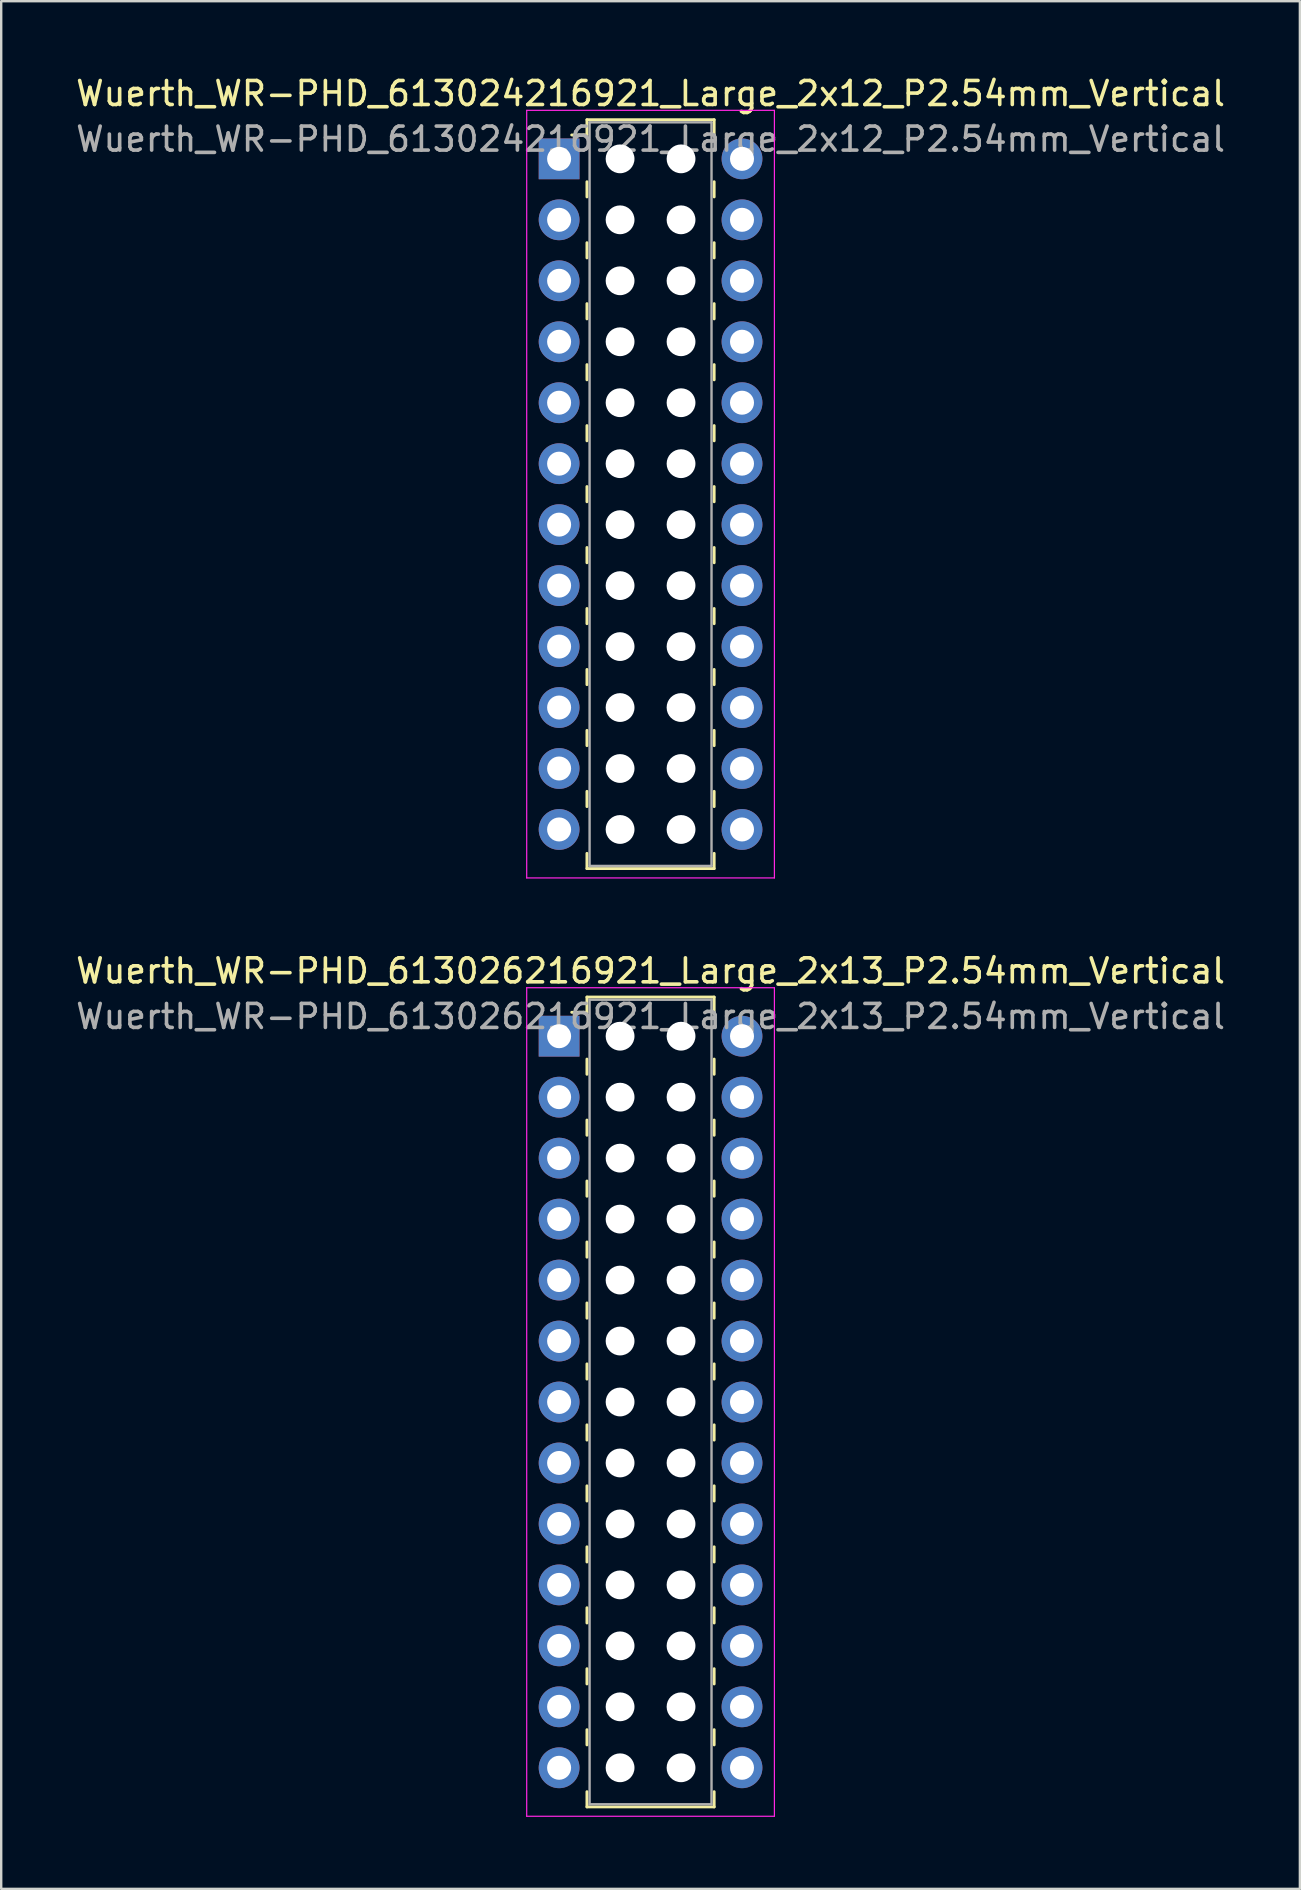
<source format=kicad_pcb>
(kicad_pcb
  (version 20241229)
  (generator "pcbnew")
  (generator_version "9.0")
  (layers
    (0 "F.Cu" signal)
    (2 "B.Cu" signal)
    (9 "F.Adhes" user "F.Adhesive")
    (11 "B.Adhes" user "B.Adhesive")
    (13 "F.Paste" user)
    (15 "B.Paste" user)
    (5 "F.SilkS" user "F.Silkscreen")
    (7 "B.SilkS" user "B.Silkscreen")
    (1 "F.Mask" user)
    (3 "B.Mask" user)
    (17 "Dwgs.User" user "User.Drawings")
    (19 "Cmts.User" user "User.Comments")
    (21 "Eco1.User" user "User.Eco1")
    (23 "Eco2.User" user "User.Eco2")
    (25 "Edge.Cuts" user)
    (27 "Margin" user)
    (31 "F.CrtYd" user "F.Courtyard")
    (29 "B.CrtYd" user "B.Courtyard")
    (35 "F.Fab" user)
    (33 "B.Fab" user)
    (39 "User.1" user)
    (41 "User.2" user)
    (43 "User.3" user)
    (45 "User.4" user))
  (footprint "Wuerth_WR-PHD_613026216921_Large_2x13_P2.54mm_Vertical"
    (layer "F.Cu")
    (at 20.244 40.121)
    (property "Reference" "Wuerth_WR-PHD_613026216921_Large_2x13_P2.54mm_Vertical" (at 3.81 -2.72 0) (layer "F.SilkS") (effects (font (size 1 1) (thickness 0.15))))
    (attr through_hole)
    (fp_line (start 1.16 -1.63) (end 1.16 -0.995) (stroke (width 0.12) (type solid)) (layer "F.SilkS"))
    (fp_line (start 1.16 -1.63) (end 6.46 -1.63) (stroke (width 0.12) (type solid)) (layer "F.SilkS"))
    (fp_line (start 1.16 -0.995) (end 0.525 -0.995) (stroke (width 0.12) (type solid)) (layer "F.SilkS"))
    (fp_line (start 1.16 0.953) (end 1.16 1.587) (stroke (width 0.12) (type solid)) (layer "F.SilkS"))
    (fp_line (start 1.16 3.493) (end 1.16 4.128) (stroke (width 0.12) (type solid)) (layer "F.SilkS"))
    (fp_line (start 1.16 6.032) (end 1.16 6.668) (stroke (width 0.12) (type solid)) (layer "F.SilkS"))
    (fp_line (start 1.16 8.572) (end 1.16 9.207) (stroke (width 0.12) (type solid)) (layer "F.SilkS"))
    (fp_line (start 1.16 11.113) (end 1.16 11.748) (stroke (width 0.12) (type solid)) (layer "F.SilkS"))
    (fp_line (start 1.16 13.652) (end 1.16 14.287) (stroke (width 0.12) (type solid)) (layer "F.SilkS"))
    (fp_line (start 1.16 16.192) (end 1.16 16.828) (stroke (width 0.12) (type solid)) (layer "F.SilkS"))
    (fp_line (start 1.16 18.733) (end 1.16 19.367) (stroke (width 0.12) (type solid)) (layer "F.SilkS"))
    (fp_line (start 1.16 21.273) (end 1.16 21.907) (stroke (width 0.12) (type solid)) (layer "F.SilkS"))
    (fp_line (start 1.16 23.812) (end 1.16 24.448) (stroke (width 0.12) (type solid)) (layer "F.SilkS"))
    (fp_line (start 1.16 26.352) (end 1.16 26.988) (stroke (width 0.12) (type solid)) (layer "F.SilkS"))
    (fp_line (start 1.16 28.892) (end 1.16 29.527) (stroke (width 0.12) (type solid)) (layer "F.SilkS"))
    (fp_line (start 1.16 32.11) (end 1.16 31.475) (stroke (width 0.12) (type solid)) (layer "F.SilkS"))
    (fp_line (start 1.16 32.11) (end 6.46 32.11) (stroke (width 0.12) (type solid)) (layer "F.SilkS"))
    (fp_line (start 6.46 -1.63) (end 6.46 -0.995) (stroke (width 0.12) (type solid)) (layer "F.SilkS"))
    (fp_line (start 6.46 0.953) (end 6.46 1.587) (stroke (width 0.12) (type solid)) (layer "F.SilkS"))
    (fp_line (start 6.46 3.493) (end 6.46 4.128) (stroke (width 0.12) (type solid)) (layer "F.SilkS"))
    (fp_line (start 6.46 6.032) (end 6.46 6.668) (stroke (width 0.12) (type solid)) (layer "F.SilkS"))
    (fp_line (start 6.46 8.572) (end 6.46 9.207) (stroke (width 0.12) (type solid)) (layer "F.SilkS"))
    (fp_line (start 6.46 11.113) (end 6.46 11.748) (stroke (width 0.12) (type solid)) (layer "F.SilkS"))
    (fp_line (start 6.46 13.652) (end 6.46 14.287) (stroke (width 0.12) (type solid)) (layer "F.SilkS"))
    (fp_line (start 6.46 16.192) (end 6.46 16.828) (stroke (width 0.12) (type solid)) (layer "F.SilkS"))
    (fp_line (start 6.46 18.733) (end 6.46 19.367) (stroke (width 0.12) (type solid)) (layer "F.SilkS"))
    (fp_line (start 6.46 21.273) (end 6.46 21.907) (stroke (width 0.12) (type solid)) (layer "F.SilkS"))
    (fp_line (start 6.46 23.812) (end 6.46 24.448) (stroke (width 0.12) (type solid)) (layer "F.SilkS"))
    (fp_line (start 6.46 26.352) (end 6.46 26.988) (stroke (width 0.12) (type solid)) (layer "F.SilkS"))
    (fp_line (start 6.46 28.892) (end 6.46 29.527) (stroke (width 0.12) (type solid)) (layer "F.SilkS"))
    (fp_line (start 6.46 32.11) (end 6.46 31.475) (stroke (width 0.12) (type solid)) (layer "F.SilkS"))
    (fp_line (start -1.35 -2.02) (end -1.35 32.5) (stroke (width 0.05) (type solid)) (layer "F.CrtYd"))
    (fp_line (start -1.35 32.5) (end 8.97 32.5) (stroke (width 0.05) (type solid)) (layer "F.CrtYd"))
    (fp_line (start 8.97 -2.02) (end -1.35 -2.02) (stroke (width 0.05) (type solid)) (layer "F.CrtYd"))
    (fp_line (start 8.97 32.5) (end 8.97 -2.02) (stroke (width 0.05) (type solid)) (layer "F.CrtYd"))
    (fp_line (start 1.27 -1.52) (end 1.27 32) (stroke (width 0.1) (type solid)) (layer "F.Fab"))
    (fp_line (start 1.27 32) (end 6.35 32) (stroke (width 0.1) (type solid)) (layer "F.Fab"))
    (fp_line (start 6.35 -1.52) (end 1.27 -1.52) (stroke (width 0.1) (type solid)) (layer "F.Fab"))
    (fp_line (start 6.35 32) (end 6.35 -1.52) (stroke (width 0.1) (type solid)) (layer "F.Fab"))
    (fp_text user "${REFERENCE}" (at 3.81 -0.82 0) (layer "F.Fab") (effects (font (size 1 1) (thickness 0.15))))
    (pad "" np_thru_hole circle (at 2.54 0) (size 1.2 1.2) (drill 1.2) (layers "*.Cu" "*.Mask"))
    (pad "" np_thru_hole circle (at 2.54 2.54) (size 1.2 1.2) (drill 1.2) (layers "*.Cu" "*.Mask"))
    (pad "" np_thru_hole circle (at 2.54 5.08) (size 1.2 1.2) (drill 1.2) (layers "*.Cu" "*.Mask"))
    (pad "" np_thru_hole circle (at 2.54 7.62) (size 1.2 1.2) (drill 1.2) (layers "*.Cu" "*.Mask"))
    (pad "" np_thru_hole circle (at 2.54 10.16) (size 1.2 1.2) (drill 1.2) (layers "*.Cu" "*.Mask"))
    (pad "" np_thru_hole circle (at 2.54 12.7) (size 1.2 1.2) (drill 1.2) (layers "*.Cu" "*.Mask"))
    (pad "" np_thru_hole circle (at 2.54 15.24) (size 1.2 1.2) (drill 1.2) (layers "*.Cu" "*.Mask"))
    (pad "" np_thru_hole circle (at 2.54 17.78) (size 1.2 1.2) (drill 1.2) (layers "*.Cu" "*.Mask"))
    (pad "" np_thru_hole circle (at 2.54 20.32) (size 1.2 1.2) (drill 1.2) (layers "*.Cu" "*.Mask"))
    (pad "" np_thru_hole circle (at 2.54 22.86) (size 1.2 1.2) (drill 1.2) (layers "*.Cu" "*.Mask"))
    (pad "" np_thru_hole circle (at 2.54 25.4) (size 1.2 1.2) (drill 1.2) (layers "*.Cu" "*.Mask"))
    (pad "" np_thru_hole circle (at 2.54 27.94) (size 1.2 1.2) (drill 1.2) (layers "*.Cu" "*.Mask"))
    (pad "" np_thru_hole circle (at 2.54 30.48) (size 1.2 1.2) (drill 1.2) (layers "*.Cu" "*.Mask"))
    (pad "" np_thru_hole circle (at 5.08 0) (size 1.2 1.2) (drill 1.2) (layers "*.Cu" "*.Mask"))
    (pad "" np_thru_hole circle (at 5.08 2.54) (size 1.2 1.2) (drill 1.2) (layers "*.Cu" "*.Mask"))
    (pad "" np_thru_hole circle (at 5.08 5.08) (size 1.2 1.2) (drill 1.2) (layers "*.Cu" "*.Mask"))
    (pad "" np_thru_hole circle (at 5.08 7.62) (size 1.2 1.2) (drill 1.2) (layers "*.Cu" "*.Mask"))
    (pad "" np_thru_hole circle (at 5.08 10.16) (size 1.2 1.2) (drill 1.2) (layers "*.Cu" "*.Mask"))
    (pad "" np_thru_hole circle (at 5.08 12.7) (size 1.2 1.2) (drill 1.2) (layers "*.Cu" "*.Mask"))
    (pad "" np_thru_hole circle (at 5.08 15.24) (size 1.2 1.2) (drill 1.2) (layers "*.Cu" "*.Mask"))
    (pad "" np_thru_hole circle (at 5.08 17.78) (size 1.2 1.2) (drill 1.2) (layers "*.Cu" "*.Mask"))
    (pad "" np_thru_hole circle (at 5.08 20.32) (size 1.2 1.2) (drill 1.2) (layers "*.Cu" "*.Mask"))
    (pad "" np_thru_hole circle (at 5.08 22.86) (size 1.2 1.2) (drill 1.2) (layers "*.Cu" "*.Mask"))
    (pad "" np_thru_hole circle (at 5.08 25.4) (size 1.2 1.2) (drill 1.2) (layers "*.Cu" "*.Mask"))
    (pad "" np_thru_hole circle (at 5.08 27.94) (size 1.2 1.2) (drill 1.2) (layers "*.Cu" "*.Mask"))
    (pad "" np_thru_hole circle (at 5.08 30.48) (size 1.2 1.2) (drill 1.2) (layers "*.Cu" "*.Mask"))
    (pad "1" thru_hole rect (at 0 0) (size 1.7 1.7) (drill 1) (layers "*.Cu" "*.Mask"))
    (pad "2" thru_hole circle (at 7.62 0) (size 1.7 1.7) (drill 1) (layers "*.Cu" "*.Mask"))
    (pad "3" thru_hole circle (at 0 2.54) (size 1.7 1.7) (drill 1) (layers "*.Cu" "*.Mask"))
    (pad "4" thru_hole circle (at 7.62 2.54) (size 1.7 1.7) (drill 1) (layers "*.Cu" "*.Mask"))
    (pad "5" thru_hole circle (at 0 5.08) (size 1.7 1.7) (drill 1) (layers "*.Cu" "*.Mask"))
    (pad "6" thru_hole circle (at 7.62 5.08) (size 1.7 1.7) (drill 1) (layers "*.Cu" "*.Mask"))
    (pad "7" thru_hole circle (at 0 7.62) (size 1.7 1.7) (drill 1) (layers "*.Cu" "*.Mask"))
    (pad "8" thru_hole circle (at 7.62 7.62) (size 1.7 1.7) (drill 1) (layers "*.Cu" "*.Mask"))
    (pad "9" thru_hole circle (at 0 10.16) (size 1.7 1.7) (drill 1) (layers "*.Cu" "*.Mask"))
    (pad "10" thru_hole circle (at 7.62 10.16) (size 1.7 1.7) (drill 1) (layers "*.Cu" "*.Mask"))
    (pad "11" thru_hole circle (at 0 12.7) (size 1.7 1.7) (drill 1) (layers "*.Cu" "*.Mask"))
    (pad "12" thru_hole circle (at 7.62 12.7) (size 1.7 1.7) (drill 1) (layers "*.Cu" "*.Mask"))
    (pad "13" thru_hole circle (at 0 15.24) (size 1.7 1.7) (drill 1) (layers "*.Cu" "*.Mask"))
    (pad "14" thru_hole circle (at 7.62 15.24) (size 1.7 1.7) (drill 1) (layers "*.Cu" "*.Mask"))
    (pad "15" thru_hole circle (at 0 17.78) (size 1.7 1.7) (drill 1) (layers "*.Cu" "*.Mask"))
    (pad "16" thru_hole circle (at 7.62 17.78) (size 1.7 1.7) (drill 1) (layers "*.Cu" "*.Mask"))
    (pad "17" thru_hole circle (at 0 20.32) (size 1.7 1.7) (drill 1) (layers "*.Cu" "*.Mask"))
    (pad "18" thru_hole circle (at 7.62 20.32) (size 1.7 1.7) (drill 1) (layers "*.Cu" "*.Mask"))
    (pad "19" thru_hole circle (at 0 22.86) (size 1.7 1.7) (drill 1) (layers "*.Cu" "*.Mask"))
    (pad "20" thru_hole circle (at 7.62 22.86) (size 1.7 1.7) (drill 1) (layers "*.Cu" "*.Mask"))
    (pad "21" thru_hole circle (at 0 25.4) (size 1.7 1.7) (drill 1) (layers "*.Cu" "*.Mask"))
    (pad "22" thru_hole circle (at 7.62 25.4) (size 1.7 1.7) (drill 1) (layers "*.Cu" "*.Mask"))
    (pad "23" thru_hole circle (at 0 27.94) (size 1.7 1.7) (drill 1) (layers "*.Cu" "*.Mask"))
    (pad "24" thru_hole circle (at 7.62 27.94) (size 1.7 1.7) (drill 1) (layers "*.Cu" "*.Mask"))
    (pad "25" thru_hole circle (at 0 30.48) (size 1.7 1.7) (drill 1) (layers "*.Cu" "*.Mask"))
    (pad "26" thru_hole circle (at 7.62 30.48) (size 1.7 1.7) (drill 1) (layers "*.Cu" "*.Mask")))
  (footprint "Wuerth_WR-PHD_613024216921_Large_2x12_P2.54mm_Vertical"
    (layer "F.Cu")
    (at 20.244 3.568)
    (property "Reference" "Wuerth_WR-PHD_613024216921_Large_2x12_P2.54mm_Vertical" (at 3.81 -2.72 0) (layer "F.SilkS") (effects (font (size 1 1) (thickness 0.15))))
    (attr through_hole)
    (fp_line (start 1.16 -1.63) (end 1.16 -0.995) (stroke (width 0.12) (type solid)) (layer "F.SilkS"))
    (fp_line (start 1.16 -1.63) (end 6.46 -1.63) (stroke (width 0.12) (type solid)) (layer "F.SilkS"))
    (fp_line (start 1.16 -0.995) (end 0.525 -0.995) (stroke (width 0.12) (type solid)) (layer "F.SilkS"))
    (fp_line (start 1.16 0.953) (end 1.16 1.587) (stroke (width 0.12) (type solid)) (layer "F.SilkS"))
    (fp_line (start 1.16 3.493) (end 1.16 4.128) (stroke (width 0.12) (type solid)) (layer "F.SilkS"))
    (fp_line (start 1.16 6.032) (end 1.16 6.668) (stroke (width 0.12) (type solid)) (layer "F.SilkS"))
    (fp_line (start 1.16 8.572) (end 1.16 9.207) (stroke (width 0.12) (type solid)) (layer "F.SilkS"))
    (fp_line (start 1.16 11.113) (end 1.16 11.748) (stroke (width 0.12) (type solid)) (layer "F.SilkS"))
    (fp_line (start 1.16 13.652) (end 1.16 14.287) (stroke (width 0.12) (type solid)) (layer "F.SilkS"))
    (fp_line (start 1.16 16.192) (end 1.16 16.828) (stroke (width 0.12) (type solid)) (layer "F.SilkS"))
    (fp_line (start 1.16 18.733) (end 1.16 19.367) (stroke (width 0.12) (type solid)) (layer "F.SilkS"))
    (fp_line (start 1.16 21.273) (end 1.16 21.907) (stroke (width 0.12) (type solid)) (layer "F.SilkS"))
    (fp_line (start 1.16 23.812) (end 1.16 24.448) (stroke (width 0.12) (type solid)) (layer "F.SilkS"))
    (fp_line (start 1.16 26.352) (end 1.16 26.988) (stroke (width 0.12) (type solid)) (layer "F.SilkS"))
    (fp_line (start 1.16 29.57) (end 1.16 28.935) (stroke (width 0.12) (type solid)) (layer "F.SilkS"))
    (fp_line (start 1.16 29.57) (end 6.46 29.57) (stroke (width 0.12) (type solid)) (layer "F.SilkS"))
    (fp_line (start 6.46 -1.63) (end 6.46 -0.995) (stroke (width 0.12) (type solid)) (layer "F.SilkS"))
    (fp_line (start 6.46 0.953) (end 6.46 1.587) (stroke (width 0.12) (type solid)) (layer "F.SilkS"))
    (fp_line (start 6.46 3.493) (end 6.46 4.128) (stroke (width 0.12) (type solid)) (layer "F.SilkS"))
    (fp_line (start 6.46 6.032) (end 6.46 6.668) (stroke (width 0.12) (type solid)) (layer "F.SilkS"))
    (fp_line (start 6.46 8.572) (end 6.46 9.207) (stroke (width 0.12) (type solid)) (layer "F.SilkS"))
    (fp_line (start 6.46 11.113) (end 6.46 11.748) (stroke (width 0.12) (type solid)) (layer "F.SilkS"))
    (fp_line (start 6.46 13.652) (end 6.46 14.287) (stroke (width 0.12) (type solid)) (layer "F.SilkS"))
    (fp_line (start 6.46 16.192) (end 6.46 16.828) (stroke (width 0.12) (type solid)) (layer "F.SilkS"))
    (fp_line (start 6.46 18.733) (end 6.46 19.367) (stroke (width 0.12) (type solid)) (layer "F.SilkS"))
    (fp_line (start 6.46 21.273) (end 6.46 21.907) (stroke (width 0.12) (type solid)) (layer "F.SilkS"))
    (fp_line (start 6.46 23.812) (end 6.46 24.448) (stroke (width 0.12) (type solid)) (layer "F.SilkS"))
    (fp_line (start 6.46 26.352) (end 6.46 26.988) (stroke (width 0.12) (type solid)) (layer "F.SilkS"))
    (fp_line (start 6.46 29.57) (end 6.46 28.935) (stroke (width 0.12) (type solid)) (layer "F.SilkS"))
    (fp_line (start -1.35 -2.02) (end -1.35 29.96) (stroke (width 0.05) (type solid)) (layer "F.CrtYd"))
    (fp_line (start -1.35 29.96) (end 8.97 29.96) (stroke (width 0.05) (type solid)) (layer "F.CrtYd"))
    (fp_line (start 8.97 -2.02) (end -1.35 -2.02) (stroke (width 0.05) (type solid)) (layer "F.CrtYd"))
    (fp_line (start 8.97 29.96) (end 8.97 -2.02) (stroke (width 0.05) (type solid)) (layer "F.CrtYd"))
    (fp_line (start 1.27 -1.52) (end 1.27 29.46) (stroke (width 0.1) (type solid)) (layer "F.Fab"))
    (fp_line (start 1.27 29.46) (end 6.35 29.46) (stroke (width 0.1) (type solid)) (layer "F.Fab"))
    (fp_line (start 6.35 -1.52) (end 1.27 -1.52) (stroke (width 0.1) (type solid)) (layer "F.Fab"))
    (fp_line (start 6.35 29.46) (end 6.35 -1.52) (stroke (width 0.1) (type solid)) (layer "F.Fab"))
    (fp_text user "${REFERENCE}" (at 3.81 -0.82 0) (layer "F.Fab") (effects (font (size 1 1) (thickness 0.15))))
    (pad "" np_thru_hole circle (at 2.54 0) (size 1.2 1.2) (drill 1.2) (layers "*.Cu" "*.Mask"))
    (pad "" np_thru_hole circle (at 2.54 2.54) (size 1.2 1.2) (drill 1.2) (layers "*.Cu" "*.Mask"))
    (pad "" np_thru_hole circle (at 2.54 5.08) (size 1.2 1.2) (drill 1.2) (layers "*.Cu" "*.Mask"))
    (pad "" np_thru_hole circle (at 2.54 7.62) (size 1.2 1.2) (drill 1.2) (layers "*.Cu" "*.Mask"))
    (pad "" np_thru_hole circle (at 2.54 10.16) (size 1.2 1.2) (drill 1.2) (layers "*.Cu" "*.Mask"))
    (pad "" np_thru_hole circle (at 2.54 12.7) (size 1.2 1.2) (drill 1.2) (layers "*.Cu" "*.Mask"))
    (pad "" np_thru_hole circle (at 2.54 15.24) (size 1.2 1.2) (drill 1.2) (layers "*.Cu" "*.Mask"))
    (pad "" np_thru_hole circle (at 2.54 17.78) (size 1.2 1.2) (drill 1.2) (layers "*.Cu" "*.Mask"))
    (pad "" np_thru_hole circle (at 2.54 20.32) (size 1.2 1.2) (drill 1.2) (layers "*.Cu" "*.Mask"))
    (pad "" np_thru_hole circle (at 2.54 22.86) (size 1.2 1.2) (drill 1.2) (layers "*.Cu" "*.Mask"))
    (pad "" np_thru_hole circle (at 2.54 25.4) (size 1.2 1.2) (drill 1.2) (layers "*.Cu" "*.Mask"))
    (pad "" np_thru_hole circle (at 2.54 27.94) (size 1.2 1.2) (drill 1.2) (layers "*.Cu" "*.Mask"))
    (pad "" np_thru_hole circle (at 5.08 0) (size 1.2 1.2) (drill 1.2) (layers "*.Cu" "*.Mask"))
    (pad "" np_thru_hole circle (at 5.08 2.54) (size 1.2 1.2) (drill 1.2) (layers "*.Cu" "*.Mask"))
    (pad "" np_thru_hole circle (at 5.08 5.08) (size 1.2 1.2) (drill 1.2) (layers "*.Cu" "*.Mask"))
    (pad "" np_thru_hole circle (at 5.08 7.62) (size 1.2 1.2) (drill 1.2) (layers "*.Cu" "*.Mask"))
    (pad "" np_thru_hole circle (at 5.08 10.16) (size 1.2 1.2) (drill 1.2) (layers "*.Cu" "*.Mask"))
    (pad "" np_thru_hole circle (at 5.08 12.7) (size 1.2 1.2) (drill 1.2) (layers "*.Cu" "*.Mask"))
    (pad "" np_thru_hole circle (at 5.08 15.24) (size 1.2 1.2) (drill 1.2) (layers "*.Cu" "*.Mask"))
    (pad "" np_thru_hole circle (at 5.08 17.78) (size 1.2 1.2) (drill 1.2) (layers "*.Cu" "*.Mask"))
    (pad "" np_thru_hole circle (at 5.08 20.32) (size 1.2 1.2) (drill 1.2) (layers "*.Cu" "*.Mask"))
    (pad "" np_thru_hole circle (at 5.08 22.86) (size 1.2 1.2) (drill 1.2) (layers "*.Cu" "*.Mask"))
    (pad "" np_thru_hole circle (at 5.08 25.4) (size 1.2 1.2) (drill 1.2) (layers "*.Cu" "*.Mask"))
    (pad "" np_thru_hole circle (at 5.08 27.94) (size 1.2 1.2) (drill 1.2) (layers "*.Cu" "*.Mask"))
    (pad "1" thru_hole rect (at 0 0) (size 1.7 1.7) (drill 1) (layers "*.Cu" "*.Mask"))
    (pad "2" thru_hole circle (at 7.62 0) (size 1.7 1.7) (drill 1) (layers "*.Cu" "*.Mask"))
    (pad "3" thru_hole circle (at 0 2.54) (size 1.7 1.7) (drill 1) (layers "*.Cu" "*.Mask"))
    (pad "4" thru_hole circle (at 7.62 2.54) (size 1.7 1.7) (drill 1) (layers "*.Cu" "*.Mask"))
    (pad "5" thru_hole circle (at 0 5.08) (size 1.7 1.7) (drill 1) (layers "*.Cu" "*.Mask"))
    (pad "6" thru_hole circle (at 7.62 5.08) (size 1.7 1.7) (drill 1) (layers "*.Cu" "*.Mask"))
    (pad "7" thru_hole circle (at 0 7.62) (size 1.7 1.7) (drill 1) (layers "*.Cu" "*.Mask"))
    (pad "8" thru_hole circle (at 7.62 7.62) (size 1.7 1.7) (drill 1) (layers "*.Cu" "*.Mask"))
    (pad "9" thru_hole circle (at 0 10.16) (size 1.7 1.7) (drill 1) (layers "*.Cu" "*.Mask"))
    (pad "10" thru_hole circle (at 7.62 10.16) (size 1.7 1.7) (drill 1) (layers "*.Cu" "*.Mask"))
    (pad "11" thru_hole circle (at 0 12.7) (size 1.7 1.7) (drill 1) (layers "*.Cu" "*.Mask"))
    (pad "12" thru_hole circle (at 7.62 12.7) (size 1.7 1.7) (drill 1) (layers "*.Cu" "*.Mask"))
    (pad "13" thru_hole circle (at 0 15.24) (size 1.7 1.7) (drill 1) (layers "*.Cu" "*.Mask"))
    (pad "14" thru_hole circle (at 7.62 15.24) (size 1.7 1.7) (drill 1) (layers "*.Cu" "*.Mask"))
    (pad "15" thru_hole circle (at 0 17.78) (size 1.7 1.7) (drill 1) (layers "*.Cu" "*.Mask"))
    (pad "16" thru_hole circle (at 7.62 17.78) (size 1.7 1.7) (drill 1) (layers "*.Cu" "*.Mask"))
    (pad "17" thru_hole circle (at 0 20.32) (size 1.7 1.7) (drill 1) (layers "*.Cu" "*.Mask"))
    (pad "18" thru_hole circle (at 7.62 20.32) (size 1.7 1.7) (drill 1) (layers "*.Cu" "*.Mask"))
    (pad "19" thru_hole circle (at 0 22.86) (size 1.7 1.7) (drill 1) (layers "*.Cu" "*.Mask"))
    (pad "20" thru_hole circle (at 7.62 22.86) (size 1.7 1.7) (drill 1) (layers "*.Cu" "*.Mask"))
    (pad "21" thru_hole circle (at 0 25.4) (size 1.7 1.7) (drill 1) (layers "*.Cu" "*.Mask"))
    (pad "22" thru_hole circle (at 7.62 25.4) (size 1.7 1.7) (drill 1) (layers "*.Cu" "*.Mask"))
    (pad "23" thru_hole circle (at 0 27.94) (size 1.7 1.7) (drill 1) (layers "*.Cu" "*.Mask"))
    (pad "24" thru_hole circle (at 7.62 27.94) (size 1.7 1.7) (drill 1) (layers "*.Cu" "*.Mask")))
  (gr_rect
    (start -3 -3)
    (end 51.107 75.647)
    (stroke (width 0.1) (type default))
    (fill no)
    (layer "Edge.Cuts")))
</source>
